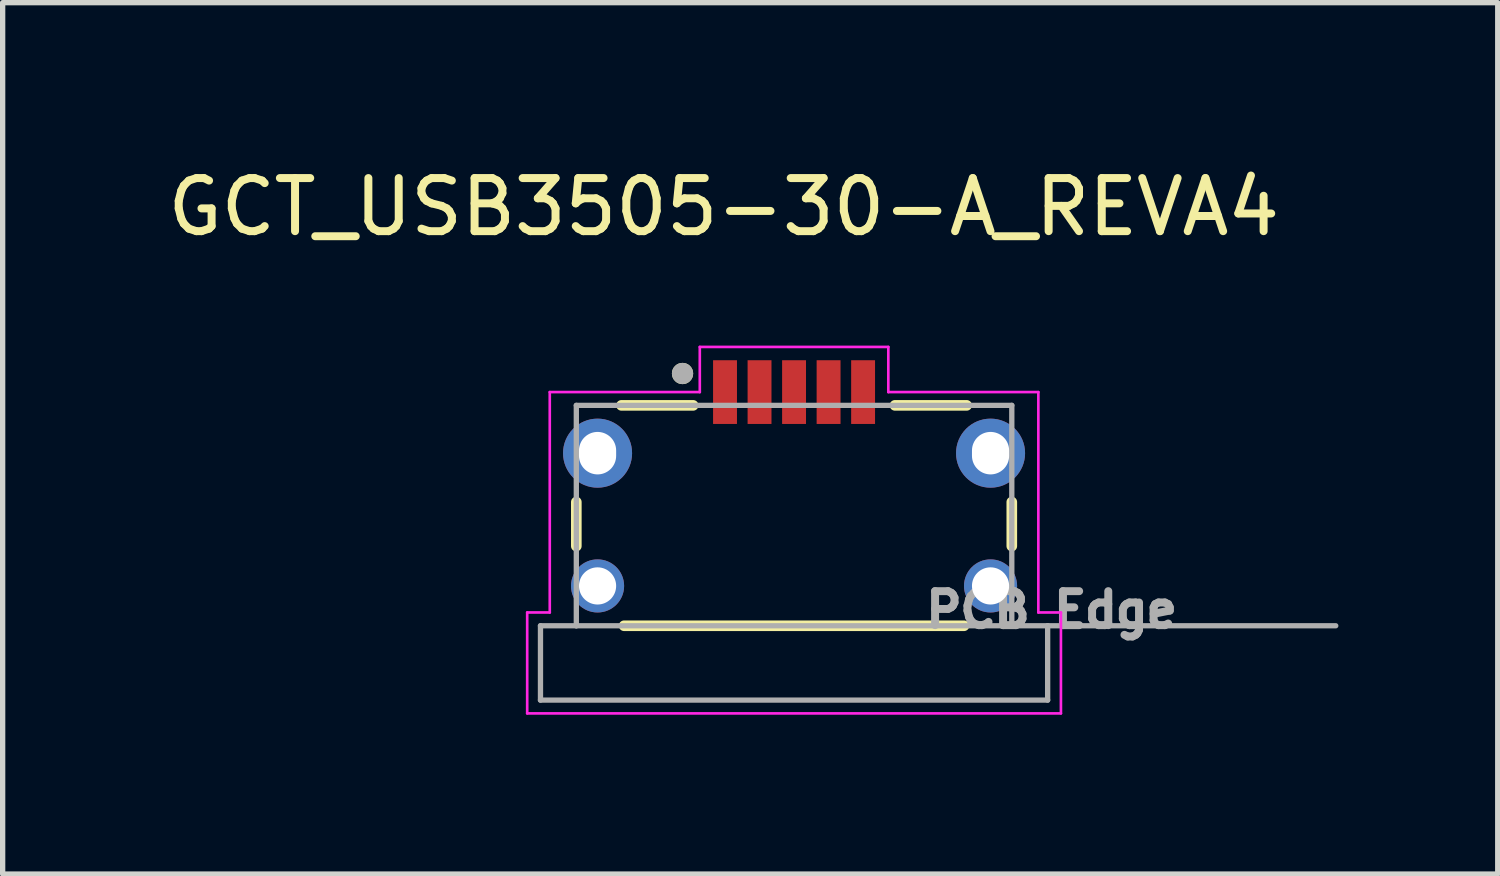
<source format=kicad_pcb>
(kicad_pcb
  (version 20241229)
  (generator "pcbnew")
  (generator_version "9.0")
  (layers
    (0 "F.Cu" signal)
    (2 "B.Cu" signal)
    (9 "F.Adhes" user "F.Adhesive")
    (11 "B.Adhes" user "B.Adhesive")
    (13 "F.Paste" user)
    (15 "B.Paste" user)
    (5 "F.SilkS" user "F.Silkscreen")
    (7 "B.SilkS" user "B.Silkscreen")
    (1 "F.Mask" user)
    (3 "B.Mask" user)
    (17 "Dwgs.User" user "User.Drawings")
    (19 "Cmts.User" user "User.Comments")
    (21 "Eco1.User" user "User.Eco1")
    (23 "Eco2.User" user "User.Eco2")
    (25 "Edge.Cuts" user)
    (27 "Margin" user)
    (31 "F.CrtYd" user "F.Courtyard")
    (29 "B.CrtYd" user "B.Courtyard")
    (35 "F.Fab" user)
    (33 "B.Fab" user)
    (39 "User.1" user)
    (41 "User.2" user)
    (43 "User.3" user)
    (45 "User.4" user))
  (footprint "GCT_USB3505-30-A_REVA4"
    (layer "F.Cu")
    (at 11.902 5.483)
    (property "Reference" "GCT_USB3505-30-A_REVA4" (at -1.325 -4.635 0) (layer "F.SilkS") (effects (font (size 1 1) (thickness 0.15))))
    (attr smd)
    (fp_line (start -4.1 0.92) (end -4.1 1.75) (stroke (width 0.2) (type solid)) (layer "F.SilkS"))
    (fp_line (start -3.25 -0.9) (end -1.9 -0.9) (stroke (width 0.2) (type solid)) (layer "F.SilkS"))
    (fp_line (start -3.2 3.25) (end 3.2 3.25) (stroke (width 0.2) (type solid)) (layer "F.SilkS"))
    (fp_line (start 1.9 -0.9) (end 3.25 -0.9) (stroke (width 0.2) (type solid)) (layer "F.SilkS"))
    (fp_line (start 4.1 0.92) (end 4.1 1.75) (stroke (width 0.2) (type solid)) (layer "F.SilkS"))
    (fp_circle (center -2.1 -1.5) (end -2 -1.5) (stroke (width 0.2) (type solid)) (fill no) (layer "F.SilkS"))
    (fp_line (start -5.025 3) (end -4.6 3) (stroke (width 0.05) (type solid)) (layer "F.CrtYd"))
    (fp_line (start -5.025 4.9) (end -5.025 3) (stroke (width 0.05) (type solid)) (layer "F.CrtYd"))
    (fp_line (start -4.6 -1.15) (end -1.775 -1.15) (stroke (width 0.05) (type solid)) (layer "F.CrtYd"))
    (fp_line (start -4.6 3) (end -4.6 -1.15) (stroke (width 0.05) (type solid)) (layer "F.CrtYd"))
    (fp_line (start -1.775 -2) (end 1.775 -2) (stroke (width 0.05) (type solid)) (layer "F.CrtYd"))
    (fp_line (start -1.775 -1.15) (end -1.775 -2) (stroke (width 0.05) (type solid)) (layer "F.CrtYd"))
    (fp_line (start 1.775 -2) (end 1.775 -1.15) (stroke (width 0.05) (type solid)) (layer "F.CrtYd"))
    (fp_line (start 1.775 -1.15) (end 4.6 -1.15) (stroke (width 0.05) (type solid)) (layer "F.CrtYd"))
    (fp_line (start 4.6 -1.15) (end 4.6 3) (stroke (width 0.05) (type solid)) (layer "F.CrtYd"))
    (fp_line (start 4.6 3) (end 5.025 3) (stroke (width 0.05) (type solid)) (layer "F.CrtYd"))
    (fp_line (start 5.025 3) (end 5.025 4.9) (stroke (width 0.05) (type solid)) (layer "F.CrtYd"))
    (fp_line (start 5.025 4.9) (end -5.025 4.9) (stroke (width 0.05) (type solid)) (layer "F.CrtYd"))
    (fp_line (start -4.775 3.25) (end -4.1 3.25) (stroke (width 0.1) (type solid)) (layer "F.Fab"))
    (fp_line (start -4.775 4.65) (end -4.775 3.25) (stroke (width 0.1) (type solid)) (layer "F.Fab"))
    (fp_line (start -4.1 -0.9) (end 4.1 -0.9) (stroke (width 0.1) (type solid)) (layer "F.Fab"))
    (fp_line (start -4.1 3.25) (end -4.1 -0.9) (stroke (width 0.1) (type solid)) (layer "F.Fab"))
    (fp_line (start -4.1 3.25) (end 4.1 3.25) (stroke (width 0.1) (type solid)) (layer "F.Fab"))
    (fp_line (start 4.1 -0.9) (end 4.1 3.25) (stroke (width 0.1) (type solid)) (layer "F.Fab"))
    (fp_line (start 4.775 3.25) (end 4.1 3.25) (stroke (width 0.1) (type solid)) (layer "F.Fab"))
    (fp_line (start 4.775 3.25) (end 10.2 3.25) (stroke (width 0.1) (type solid)) (layer "F.Fab"))
    (fp_line (start 4.775 4.65) (end -4.775 4.65) (stroke (width 0.1) (type solid)) (layer "F.Fab"))
    (fp_line (start 4.775 4.65) (end 4.775 3.25) (stroke (width 0.1) (type solid)) (layer "F.Fab"))
    (fp_circle (center -2.1 -1.5) (end -2 -1.5) (stroke (width 0.2) (type solid)) (fill no) (layer "F.Fab"))
    (fp_text user "PCB Edge" (at 4.85 2.95 0) (layer "F.Fab") (effects (font (size 0.64 0.64) (thickness 0.15))))
    (pad "1" smd rect (at -1.3 -1.15) (size 0.45 1.2) (layers "F.Cu" "F.Mask" "F.Paste"))
    (pad "2" smd rect (at -0.65 -1.15) (size 0.45 1.2) (layers "F.Cu" "F.Mask" "F.Paste"))
    (pad "3" smd rect (at 0 -1.15) (size 0.45 1.2) (layers "F.Cu" "F.Mask" "F.Paste"))
    (pad "4" smd rect (at 0.65 -1.15) (size 0.45 1.2) (layers "F.Cu" "F.Mask" "F.Paste"))
    (pad "5" smd rect (at 1.3 -1.15) (size 0.45 1.2) (layers "F.Cu" "F.Mask" "F.Paste"))
    (pad "S1" thru_hole circle (at -3.7 0) (size 1.3 1.3) (drill oval 0.7 0.8) (layers "*.Cu" "*.Mask"))
    (pad "S2" thru_hole circle (at 3.7 0) (size 1.3 1.3) (drill oval 0.7 0.8) (layers "*.Cu" "*.Mask"))
    (pad "S3" thru_hole circle (at -3.7 2.5) (size 1 1) (drill 0.7) (layers "*.Cu" "*.Mask"))
    (pad "S4" thru_hole circle (at 3.7 2.5) (size 1 1) (drill 0.7) (layers "*.Cu" "*.Mask")))
  (gr_rect
    (start -3 -3)
    (end 25.152 13.408)
    (stroke (width 0.1) (type default))
    (fill no)
    (layer "Edge.Cuts")))
</source>
